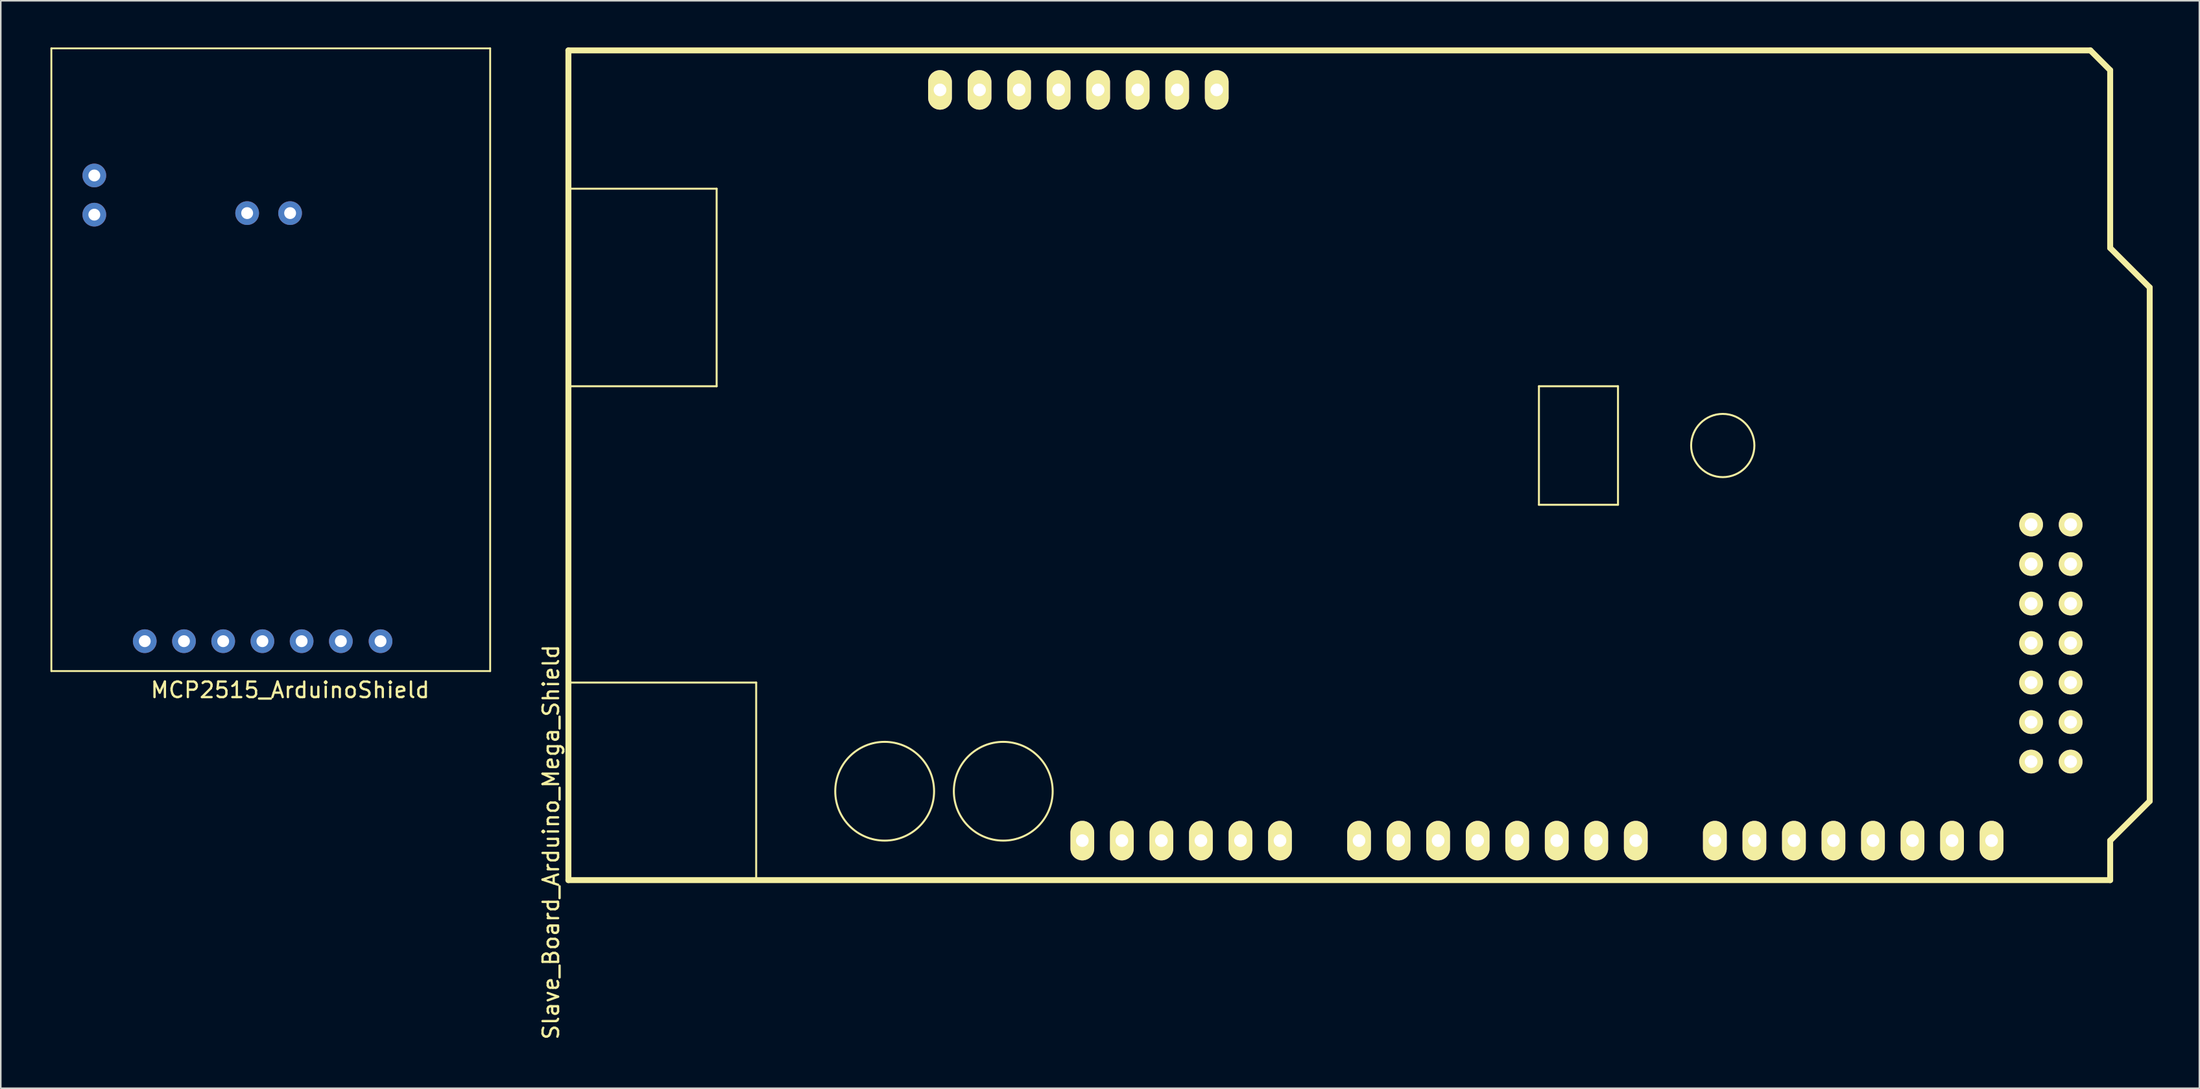
<source format=kicad_pcb>
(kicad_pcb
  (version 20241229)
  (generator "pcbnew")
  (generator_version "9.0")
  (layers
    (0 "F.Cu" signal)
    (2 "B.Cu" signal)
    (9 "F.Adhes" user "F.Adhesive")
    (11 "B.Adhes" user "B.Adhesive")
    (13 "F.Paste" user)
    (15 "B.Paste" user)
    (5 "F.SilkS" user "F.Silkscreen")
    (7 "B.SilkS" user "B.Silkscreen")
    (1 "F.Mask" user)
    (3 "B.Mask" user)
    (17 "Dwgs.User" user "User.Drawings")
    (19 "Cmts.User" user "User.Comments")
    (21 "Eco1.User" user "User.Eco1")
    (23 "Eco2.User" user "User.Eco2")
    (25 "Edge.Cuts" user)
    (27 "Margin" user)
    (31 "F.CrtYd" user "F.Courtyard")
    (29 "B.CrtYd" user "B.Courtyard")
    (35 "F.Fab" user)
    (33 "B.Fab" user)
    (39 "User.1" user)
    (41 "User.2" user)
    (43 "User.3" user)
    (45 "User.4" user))
  (footprint "MCP2515_ArduinoShield"
    (layer "F.Cu")
    (at 0.25 40.09)
    (property "Reference" "MCP2515_ArduinoShield" (at 15.342 1.219 0) (layer "F.SilkS") (effects (font (size 1 1) (thickness 0.15))))
    (attr through_hole)
    (fp_line (start 0 0) (end 0 -40.03) (stroke (width 0.12) (type solid)) (layer "F.SilkS"))
    (fp_line (start 28.194 -40.03) (end 0 -40.03) (stroke (width 0.12) (type solid)) (layer "F.SilkS"))
    (fp_line (start 28.194 0) (end 0 0) (stroke (width 0.12) (type solid)) (layer "F.SilkS"))
    (fp_line (start 28.194 0) (end 28.194 -40.03) (stroke (width 0.12) (type solid)) (layer "F.SilkS"))
    (pad "1" thru_hole circle (at 21.15 -1.92) (size 1.524 1.524) (drill 0.762) (layers "*.Cu" "*.Mask"))
    (pad "2" thru_hole circle (at 18.6 -1.92) (size 1.524 1.524) (drill 0.762) (layers "*.Cu" "*.Mask"))
    (pad "3" thru_hole circle (at 16.08 -1.92) (size 1.524 1.524) (drill 0.762) (layers "*.Cu" "*.Mask"))
    (pad "4" thru_hole circle (at 13.56 -1.92) (size 1.524 1.524) (drill 0.762) (layers "*.Cu" "*.Mask"))
    (pad "5" thru_hole circle (at 11.04 -1.92) (size 1.524 1.524) (drill 0.762) (layers "*.Cu" "*.Mask"))
    (pad "6" thru_hole circle (at 8.52 -1.92) (size 1.524 1.524) (drill 0.762) (layers "*.Cu" "*.Mask"))
    (pad "7" thru_hole circle (at 6 -1.92) (size 1.524 1.524) (drill 0.762) (layers "*.Cu" "*.Mask"))
    (pad "8" thru_hole circle (at 15.34 -29.44) (size 1.524 1.524) (drill 0.762) (layers "*.Cu" "*.Mask"))
    (pad "9" thru_hole circle (at 12.58 -29.44) (size 1.524 1.524) (drill 0.762) (layers "*.Cu" "*.Mask"))
    (pad "10" thru_hole circle (at 2.76 -31.86) (size 1.524 1.524) (drill 0.762) (layers "*.Cu" "*.Mask"))
    (pad "11" thru_hole circle (at 2.76 -29.34) (size 1.524 1.524) (drill 0.762) (layers "*.Cu" "*.Mask")))
  (footprint "Slave_Board_Arduino_Mega_Shield"
    (layer "F.Cu")
    (at 33.521 53.48)
    (property "Reference" "Slave_Board_Arduino_Mega_Shield" (at -1.168 -2.388 90) (layer "F.SilkS") (effects (font (size 1 1) (thickness 0.15))))
    (attr through_hole)
    (fp_line (start -0.051 -44.399) (end 9.474 -44.399) (stroke (width 0.127) (type solid)) (layer "F.SilkS"))
    (fp_line (start -0.051 -12.649) (end 12.014 -12.649) (stroke (width 0.127) (type solid)) (layer "F.SilkS"))
    (fp_line (start -0.051 0.051) (end -0.051 -53.289) (stroke (width 0.381) (type solid)) (layer "F.SilkS"))
    (fp_line (start 9.474 -44.399) (end 9.474 -31.699) (stroke (width 0.127) (type solid)) (layer "F.SilkS"))
    (fp_line (start 9.474 -31.699) (end -0.051 -31.699) (stroke (width 0.127) (type solid)) (layer "F.SilkS"))
    (fp_line (start 12.014 -12.649) (end 12.014 0.051) (stroke (width 0.127) (type solid)) (layer "F.SilkS"))
    (fp_line (start 62.306 -31.699) (end 62.306 -24.079) (stroke (width 0.127) (type solid)) (layer "F.SilkS"))
    (fp_line (start 62.306 -24.079) (end 67.386 -24.079) (stroke (width 0.127) (type solid)) (layer "F.SilkS"))
    (fp_line (start 67.386 -31.699) (end 62.306 -31.699) (stroke (width 0.127) (type solid)) (layer "F.SilkS"))
    (fp_line (start 67.386 -24.079) (end 67.386 -31.699) (stroke (width 0.127) (type solid)) (layer "F.SilkS"))
    (fp_line (start 97.739 -53.289) (end -0.051 -53.289) (stroke (width 0.381) (type solid)) (layer "F.SilkS"))
    (fp_line (start 99.009 -52.019) (end 97.739 -53.289) (stroke (width 0.381) (type solid)) (layer "F.SilkS"))
    (fp_line (start 99.009 -40.589) (end 99.009 -52.019) (stroke (width 0.381) (type solid)) (layer "F.SilkS"))
    (fp_line (start 99.009 -40.589) (end 101.549 -38.049) (stroke (width 0.381) (type solid)) (layer "F.SilkS"))
    (fp_line (start 99.009 -2.489) (end 99.009 0.051) (stroke (width 0.381) (type solid)) (layer "F.SilkS"))
    (fp_line (start 99.009 0.051) (end -0.051 0.051) (stroke (width 0.381) (type solid)) (layer "F.SilkS"))
    (fp_line (start 101.549 -38.049) (end 101.549 -5.029) (stroke (width 0.381) (type solid)) (layer "F.SilkS"))
    (fp_line (start 101.549 -5.029) (end 99.009 -2.489) (stroke (width 0.381) (type solid)) (layer "F.SilkS"))
    (fp_circle (center 20.269 -5.664) (end 23.444 -5.664) (stroke (width 0.127) (type solid)) (fill no) (layer "F.SilkS"))
    (fp_circle (center 27.889 -5.664) (end 31.064 -5.664) (stroke (width 0.127) (type solid)) (fill no) (layer "F.SilkS"))
    (fp_circle (center 74.117 -27.889) (end 76.149 -27.889) (stroke (width 0.127) (type solid)) (fill no) (layer "F.SilkS"))
    (pad "3V3" thru_hole oval (at 35.509 -2.489 90) (size 2.54 1.524) (drill 0.813) (layers "*.Cu" "*.Mask" "F.SilkS"))
    (pad "5V" thru_hole oval (at 38.049 -2.489 90) (size 2.54 1.524) (drill 0.813) (layers "*.Cu" "*.Mask" "F.SilkS"))
    (pad "8" thru_hole oval (at 41.605 -50.749 90) (size 2.54 1.524) (drill 0.813) (layers "*.Cu" "*.Mask" "F.SilkS"))
    (pad "9" thru_hole oval (at 39.065 -50.749 90) (size 2.54 1.524) (drill 0.813) (layers "*.Cu" "*.Mask" "F.SilkS"))
    (pad "10" thru_hole oval (at 36.525 -50.749 90) (size 2.54 1.524) (drill 0.813) (layers "*.Cu" "*.Mask" "F.SilkS"))
    (pad "11" thru_hole oval (at 33.985 -50.749 90) (size 2.54 1.524) (drill 0.813) (layers "*.Cu" "*.Mask" "F.SilkS"))
    (pad "12" thru_hole oval (at 31.445 -50.749 90) (size 2.54 1.524) (drill 0.813) (layers "*.Cu" "*.Mask" "F.SilkS"))
    (pad "13" thru_hole oval (at 28.905 -50.749 90) (size 2.54 1.524) (drill 0.813) (layers "*.Cu" "*.Mask" "F.SilkS"))
    (pad "42" thru_hole circle (at 93.929 -22.809) (size 1.524 1.524) (drill 0.813) (layers "*.Cu" "*.Mask" "F.SilkS"))
    (pad "43" thru_hole circle (at 96.469 -22.809) (size 1.524 1.524) (drill 0.813) (layers "*.Cu" "*.Mask" "F.SilkS"))
    (pad "44" thru_hole circle (at 93.929 -20.269) (size 1.524 1.524) (drill 0.813) (layers "*.Cu" "*.Mask" "F.SilkS"))
    (pad "45" thru_hole circle (at 96.469 -20.269) (size 1.524 1.524) (drill 0.813) (layers "*.Cu" "*.Mask" "F.SilkS"))
    (pad "46" thru_hole circle (at 93.929 -17.729) (size 1.524 1.524) (drill 0.813) (layers "*.Cu" "*.Mask" "F.SilkS"))
    (pad "47" thru_hole circle (at 96.469 -17.729) (size 1.524 1.524) (drill 0.813) (layers "*.Cu" "*.Mask" "F.SilkS"))
    (pad "48" thru_hole circle (at 93.929 -15.189) (size 1.524 1.524) (drill 0.813) (layers "*.Cu" "*.Mask" "F.SilkS"))
    (pad "49" thru_hole circle (at 96.469 -15.189) (size 1.524 1.524) (drill 0.813) (layers "*.Cu" "*.Mask" "F.SilkS"))
    (pad "50" thru_hole circle (at 93.929 -12.649) (size 1.524 1.524) (drill 0.813) (layers "*.Cu" "*.Mask" "F.SilkS"))
    (pad "51" thru_hole circle (at 96.469 -12.649) (size 1.524 1.524) (drill 0.813) (layers "*.Cu" "*.Mask" "F.SilkS"))
    (pad "52" thru_hole circle (at 93.929 -10.109) (size 1.524 1.524) (drill 0.813) (layers "*.Cu" "*.Mask" "F.SilkS"))
    (pad "53" thru_hole circle (at 96.469 -10.109) (size 1.524 1.524) (drill 0.813) (layers "*.Cu" "*.Mask" "F.SilkS"))
    (pad "AD0" thru_hole oval (at 50.749 -2.489 90) (size 2.54 1.524) (drill 0.813) (layers "*.Cu" "*.Mask" "F.SilkS"))
    (pad "AD1" thru_hole oval (at 53.289 -2.489 90) (size 2.54 1.524) (drill 0.813) (layers "*.Cu" "*.Mask" "F.SilkS"))
    (pad "AD2" thru_hole oval (at 55.829 -2.489 90) (size 2.54 1.524) (drill 0.813) (layers "*.Cu" "*.Mask" "F.SilkS"))
    (pad "AD3" thru_hole oval (at 58.369 -2.489 90) (size 2.54 1.524) (drill 0.813) (layers "*.Cu" "*.Mask" "F.SilkS"))
    (pad "AD4" thru_hole oval (at 60.909 -2.489 90) (size 2.54 1.524) (drill 0.813) (layers "*.Cu" "*.Mask" "F.SilkS"))
    (pad "AD5" thru_hole oval (at 63.449 -2.489 90) (size 2.54 1.524) (drill 0.813) (layers "*.Cu" "*.Mask" "F.SilkS"))
    (pad "AD6" thru_hole oval (at 65.989 -2.489 90) (size 2.54 1.524) (drill 0.813) (layers "*.Cu" "*.Mask" "F.SilkS"))
    (pad "AD7" thru_hole oval (at 68.529 -2.489 90) (size 2.54 1.524) (drill 0.813) (layers "*.Cu" "*.Mask" "F.SilkS"))
    (pad "AD8" thru_hole oval (at 73.609 -2.489 90) (size 2.54 1.524) (drill 0.813) (layers "*.Cu" "*.Mask" "F.SilkS"))
    (pad "AD9" thru_hole oval (at 76.149 -2.489 90) (size 2.54 1.524) (drill 0.813) (layers "*.Cu" "*.Mask" "F.SilkS"))
    (pad "AD10" thru_hole oval (at 78.689 -2.489 90) (size 2.54 1.524) (drill 0.813) (layers "*.Cu" "*.Mask" "F.SilkS"))
    (pad "AD11" thru_hole oval (at 81.229 -2.489 90) (size 2.54 1.524) (drill 0.813) (layers "*.Cu" "*.Mask" "F.SilkS"))
    (pad "AD12" thru_hole oval (at 83.769 -2.489 90) (size 2.54 1.524) (drill 0.813) (layers "*.Cu" "*.Mask" "F.SilkS"))
    (pad "AD13" thru_hole oval (at 86.309 -2.489 90) (size 2.54 1.524) (drill 0.813) (layers "*.Cu" "*.Mask" "F.SilkS"))
    (pad "AD14" thru_hole oval (at 88.849 -2.489 90) (size 2.54 1.524) (drill 0.813) (layers "*.Cu" "*.Mask" "F.SilkS"))
    (pad "AD15" thru_hole oval (at 91.389 -2.489 90) (size 2.54 1.524) (drill 0.813) (layers "*.Cu" "*.Mask" "F.SilkS"))
    (pad "AREF" thru_hole oval (at 23.825 -50.749 90) (size 2.54 1.524) (drill 0.813) (layers "*.Cu" "*.Mask" "F.SilkS"))
    (pad "GND1" thru_hole oval (at 40.589 -2.489 90) (size 2.54 1.524) (drill 0.813) (layers "*.Cu" "*.Mask" "F.SilkS"))
    (pad "GND2" thru_hole oval (at 43.129 -2.489 90) (size 2.54 1.524) (drill 0.813) (layers "*.Cu" "*.Mask" "F.SilkS"))
    (pad "GND3" thru_hole oval (at 26.365 -50.749 90) (size 2.54 1.524) (drill 0.813) (layers "*.Cu" "*.Mask" "F.SilkS"))
    (pad "GND4" thru_hole circle (at 93.929 -7.569) (size 1.524 1.524) (drill 0.813) (layers "*.Cu" "*.Mask" "F.SilkS"))
    (pad "GND5" thru_hole circle (at 96.469 -7.569) (size 1.524 1.524) (drill 0.813) (layers "*.Cu" "*.Mask" "F.SilkS"))
    (pad "RST" thru_hole oval (at 32.969 -2.489 90) (size 2.54 1.524) (drill 0.813) (layers "*.Cu" "*.Mask" "F.SilkS"))
    (pad "V_IN" thru_hole oval (at 45.669 -2.489 90) (size 2.54 1.524) (drill 0.813) (layers "*.Cu" "*.Mask" "F.SilkS")))
  (gr_rect
    (start -3 -3)
    (end 138.26 66.908)
    (stroke (width 0.1) (type default))
    (fill no)
    (layer "Edge.Cuts")))
</source>
